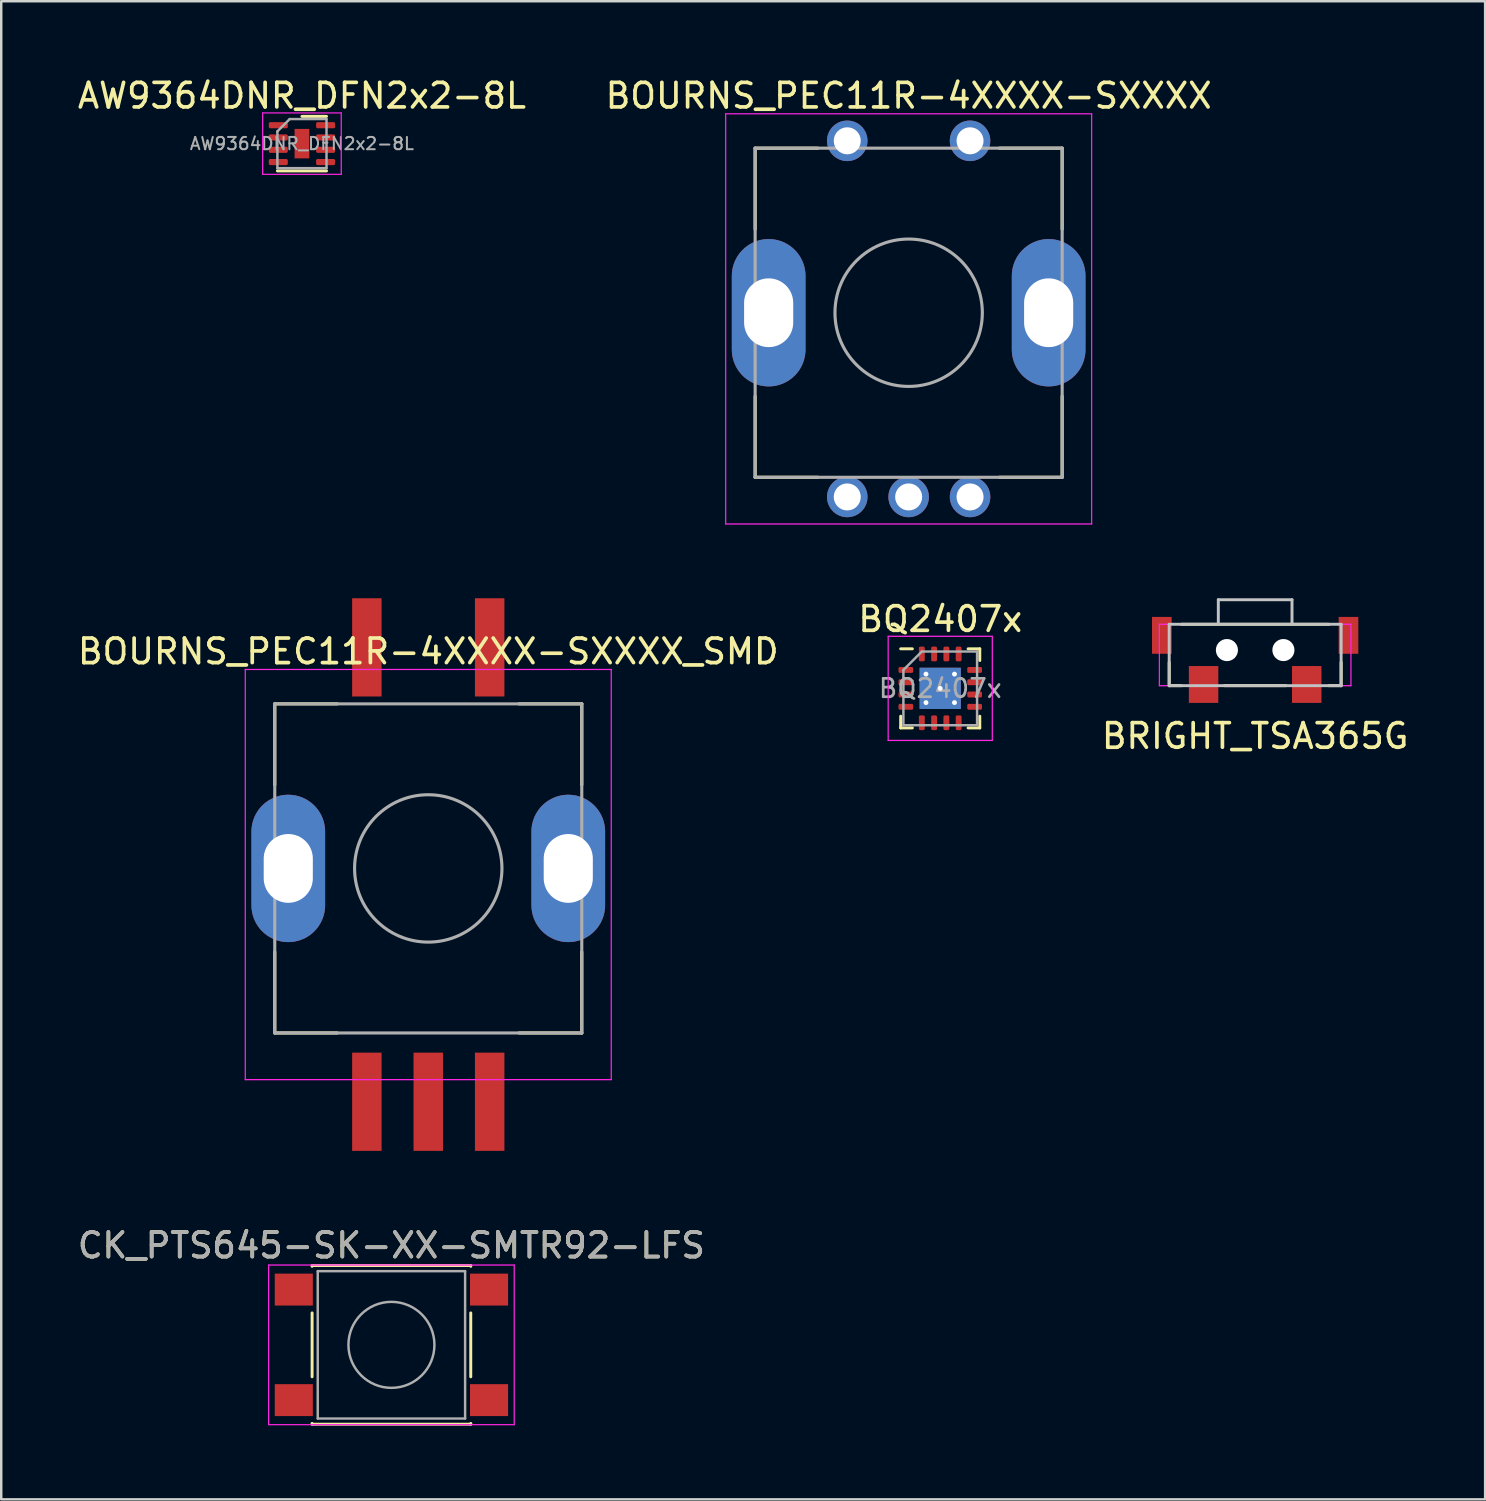
<source format=kicad_pcb>
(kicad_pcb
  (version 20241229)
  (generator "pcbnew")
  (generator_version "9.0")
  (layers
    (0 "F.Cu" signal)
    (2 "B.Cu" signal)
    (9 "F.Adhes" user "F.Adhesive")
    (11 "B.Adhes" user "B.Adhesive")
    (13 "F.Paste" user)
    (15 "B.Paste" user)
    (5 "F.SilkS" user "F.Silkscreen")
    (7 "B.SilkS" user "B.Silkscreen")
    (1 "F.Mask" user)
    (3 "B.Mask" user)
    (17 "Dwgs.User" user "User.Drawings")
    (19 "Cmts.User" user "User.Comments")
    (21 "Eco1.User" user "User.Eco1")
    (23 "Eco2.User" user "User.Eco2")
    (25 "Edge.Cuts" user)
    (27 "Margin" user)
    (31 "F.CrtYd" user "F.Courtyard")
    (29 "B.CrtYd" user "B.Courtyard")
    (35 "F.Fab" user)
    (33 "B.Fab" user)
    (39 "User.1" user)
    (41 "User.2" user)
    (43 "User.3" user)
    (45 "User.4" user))
  (footprint "CK_PTS645-SK-XX-SMTR92-LFS"
    (layer "F.Cu")
    (at 12.887 51.706)
    (property "Reference" "CK_PTS645-SK-XX-SMTR92-LFS" (at 0 -4.05 0) (layer "F.SilkS") (effects (font (size 1 1) (thickness 0.15))))
    (attr smd)
    (fp_line (start -3.23 -3.23) (end 3.23 -3.23) (stroke (width 0.12) (type solid)) (layer "F.SilkS"))
    (fp_line (start -3.23 -3.2) (end -3.23 -3.23) (stroke (width 0.12) (type solid)) (layer "F.SilkS"))
    (fp_line (start -3.23 -1.3) (end -3.23 1.3) (stroke (width 0.12) (type solid)) (layer "F.SilkS"))
    (fp_line (start -3.23 3.23) (end -3.23 3.2) (stroke (width 0.12) (type solid)) (layer "F.SilkS"))
    (fp_line (start -3.23 3.23) (end 3.23 3.23) (stroke (width 0.12) (type solid)) (layer "F.SilkS"))
    (fp_line (start 3.23 -3.23) (end 3.23 -3.2) (stroke (width 0.12) (type solid)) (layer "F.SilkS"))
    (fp_line (start 3.23 -1.3) (end 3.23 1.3) (stroke (width 0.12) (type solid)) (layer "F.SilkS"))
    (fp_line (start 3.23 3.23) (end 3.23 3.2) (stroke (width 0.12) (type solid)) (layer "F.SilkS"))
    (fp_line (start -5 -3.25) (end -5 3.25) (stroke (width 0.05) (type solid)) (layer "F.CrtYd"))
    (fp_line (start -5 -3.25) (end 5 -3.25) (stroke (width 0.05) (type solid)) (layer "F.CrtYd"))
    (fp_line (start -5 3.25) (end 5 3.25) (stroke (width 0.05) (type solid)) (layer "F.CrtYd"))
    (fp_line (start 5 3.25) (end 5 -3.25) (stroke (width 0.05) (type solid)) (layer "F.CrtYd"))
    (fp_line (start -3 -3) (end -3 3) (stroke (width 0.1) (type solid)) (layer "F.Fab"))
    (fp_line (start -3 3) (end 3 3) (stroke (width 0.1) (type solid)) (layer "F.Fab"))
    (fp_line (start 3 -3) (end -3 -3) (stroke (width 0.1) (type solid)) (layer "F.Fab"))
    (fp_line (start 3 3) (end 3 -3) (stroke (width 0.1) (type solid)) (layer "F.Fab"))
    (fp_circle (center 0 0) (end 1.75 -0.05) (stroke (width 0.1) (type solid)) (fill no) (layer "F.Fab"))
    (fp_text user "${REFERENCE}" (at 0 -4.05 0) (layer "F.Fab") (effects (font (size 1 1) (thickness 0.15))))
    (pad "1" smd rect (at -3.975 -2.25) (size 1.55 1.3) (layers "F.Cu" "F.Mask" "F.Paste"))
    (pad "1" smd rect (at 3.975 -2.25) (size 1.55 1.3) (layers "F.Cu" "F.Mask" "F.Paste"))
    (pad "2" smd rect (at -3.975 2.25) (size 1.55 1.3) (layers "F.Cu" "F.Mask" "F.Paste"))
    (pad "2" smd rect (at 3.975 2.25) (size 1.55 1.3) (layers "F.Cu" "F.Mask" "F.Paste")))
  (footprint "BQ2407x"
    (layer "F.Cu")
    (at 35.232 24.977)
    (property "Reference" "BQ2407x" (at 0 -2.82 0) (layer "F.SilkS") (effects (font (size 1 1) (thickness 0.15))))
    (attr smd)
    (fp_line (start -1.61 1.61) (end -1.61 1.135) (stroke (width 0.12) (type solid)) (layer "F.SilkS"))
    (fp_line (start -1.135 -1.61) (end -1.61 -1.61) (stroke (width 0.12) (type solid)) (layer "F.SilkS"))
    (fp_line (start -1.135 1.61) (end -1.61 1.61) (stroke (width 0.12) (type solid)) (layer "F.SilkS"))
    (fp_line (start 1.135 -1.61) (end 1.61 -1.61) (stroke (width 0.12) (type solid)) (layer "F.SilkS"))
    (fp_line (start 1.135 1.61) (end 1.61 1.61) (stroke (width 0.12) (type solid)) (layer "F.SilkS"))
    (fp_line (start 1.61 -1.61) (end 1.61 -1.135) (stroke (width 0.12) (type solid)) (layer "F.SilkS"))
    (fp_line (start 1.61 1.61) (end 1.61 1.135) (stroke (width 0.12) (type solid)) (layer "F.SilkS"))
    (fp_line (start -2.12 -2.12) (end -2.12 2.12) (stroke (width 0.05) (type solid)) (layer "F.CrtYd"))
    (fp_line (start -2.12 2.12) (end 2.12 2.12) (stroke (width 0.05) (type solid)) (layer "F.CrtYd"))
    (fp_line (start 2.12 -2.12) (end -2.12 -2.12) (stroke (width 0.05) (type solid)) (layer "F.CrtYd"))
    (fp_line (start 2.12 2.12) (end 2.12 -2.12) (stroke (width 0.05) (type solid)) (layer "F.CrtYd"))
    (fp_line (start -1.5 -0.75) (end -0.75 -1.5) (stroke (width 0.1) (type solid)) (layer "F.Fab"))
    (fp_line (start -1.5 1.5) (end -1.5 -0.75) (stroke (width 0.1) (type solid)) (layer "F.Fab"))
    (fp_line (start -0.75 -1.5) (end 1.5 -1.5) (stroke (width 0.1) (type solid)) (layer "F.Fab"))
    (fp_line (start 1.5 -1.5) (end 1.5 1.5) (stroke (width 0.1) (type solid)) (layer "F.Fab"))
    (fp_line (start 1.5 1.5) (end -1.5 1.5) (stroke (width 0.1) (type solid)) (layer "F.Fab"))
    (fp_text user "${REFERENCE}" (at 0 0 0) (layer "F.Fab") (effects (font (size 0.75 0.75) (thickness 0.11))))
    (pad "" smd roundrect (at -0.42 -0.42) (size 0.73 0.73) (layers "F.Paste") (roundrect_rratio 0.25))
    (pad "" smd roundrect (at -0.42 0.42) (size 0.73 0.73) (layers "F.Paste") (roundrect_rratio 0.25))
    (pad "" smd roundrect (at 0.42 -0.42) (size 0.73 0.73) (layers "F.Paste") (roundrect_rratio 0.25))
    (pad "" smd roundrect (at 0.42 0.42) (size 0.73 0.73) (layers "F.Paste") (roundrect_rratio 0.25))
    (pad "1" smd roundrect (at -1.4 -0.75) (size 0.6 0.24) (layers "F.Cu" "F.Mask" "F.Paste") (roundrect_rratio 0.25))
    (pad "2" smd roundrect (at -1.4 -0.25) (size 0.6 0.24) (layers "F.Cu" "F.Mask" "F.Paste") (roundrect_rratio 0.25))
    (pad "3" smd roundrect (at -1.4 0.25) (size 0.6 0.24) (layers "F.Cu" "F.Mask" "F.Paste") (roundrect_rratio 0.25))
    (pad "4" smd roundrect (at -1.4 0.75) (size 0.6 0.24) (layers "F.Cu" "F.Mask" "F.Paste") (roundrect_rratio 0.25))
    (pad "5" smd roundrect (at -0.75 1.4) (size 0.24 0.6) (layers "F.Cu" "F.Mask" "F.Paste") (roundrect_rratio 0.25))
    (pad "6" smd roundrect (at -0.25 1.4) (size 0.24 0.6) (layers "F.Cu" "F.Mask" "F.Paste") (roundrect_rratio 0.25))
    (pad "7" smd roundrect (at 0.25 1.4) (size 0.24 0.6) (layers "F.Cu" "F.Mask" "F.Paste") (roundrect_rratio 0.25))
    (pad "8" smd roundrect (at 0.75 1.4) (size 0.24 0.6) (layers "F.Cu" "F.Mask" "F.Paste") (roundrect_rratio 0.25))
    (pad "9" smd roundrect (at 1.4 0.75) (size 0.6 0.24) (layers "F.Cu" "F.Mask" "F.Paste") (roundrect_rratio 0.25))
    (pad "10" smd roundrect (at 1.4 0.25) (size 0.6 0.24) (layers "F.Cu" "F.Mask" "F.Paste") (roundrect_rratio 0.25))
    (pad "11" smd roundrect (at 1.4 -0.25) (size 0.6 0.24) (layers "F.Cu" "F.Mask" "F.Paste") (roundrect_rratio 0.25))
    (pad "12" smd roundrect (at 1.4 -0.75) (size 0.6 0.24) (layers "F.Cu" "F.Mask" "F.Paste") (roundrect_rratio 0.25))
    (pad "13" smd roundrect (at 0.75 -1.4) (size 0.24 0.6) (layers "F.Cu" "F.Mask" "F.Paste") (roundrect_rratio 0.25))
    (pad "14" smd roundrect (at 0.25 -1.4) (size 0.24 0.6) (layers "F.Cu" "F.Mask" "F.Paste") (roundrect_rratio 0.25))
    (pad "15" smd roundrect (at -0.25 -1.4) (size 0.24 0.6) (layers "F.Cu" "F.Mask" "F.Paste") (roundrect_rratio 0.25))
    (pad "16" smd roundrect (at -0.75 -1.4) (size 0.24 0.6) (layers "F.Cu" "F.Mask" "F.Paste") (roundrect_rratio 0.25))
    (pad "17" thru_hole circle (at -0.58 -0.58) (size 0.3 0.3) (drill 0.2) (layers "*.Cu"))
    (pad "17" thru_hole circle (at -0.58 0.58) (size 0.3 0.3) (drill 0.2) (layers "*.Cu"))
    (pad "17" thru_hole circle (at 0 0) (size 0.3 0.3) (drill 0.2) (layers "*.Cu"))
    (pad "17" smd rect (at 0 0) (size 1.68 1.68) (layers "F.Cu" "F.Mask"))
    (pad "17" smd rect (at 0 0) (size 1.68 1.68) (layers "B.Cu"))
    (pad "17" thru_hole circle (at 0.58 -0.58) (size 0.3 0.3) (drill 0.2) (layers "*.Cu"))
    (pad "17" thru_hole circle (at 0.58 0.58) (size 0.3 0.3) (drill 0.2) (layers "*.Cu")))
  (footprint "BOURNS_PEC11R-4XXXX-SXXXX_SMD"
    (layer "F.Cu")
    (at 14.387 32.308)
    (property "Reference" "BOURNS_PEC11R-4XXXX-SXXXX_SMD" (at 0 -8.835 0) (layer "F.SilkS") (effects (font (size 1 1) (thickness 0.15))))
    (attr through_hole)
    (fp_line (start -6.25 -6.7) (end -3.7 -6.7) (stroke (width 0.127) (type solid)) (layer "F.SilkS"))
    (fp_line (start -6.25 -3.4) (end -6.25 -6.7) (stroke (width 0.127) (type solid)) (layer "F.SilkS"))
    (fp_line (start -6.25 3.4) (end -6.25 6.7) (stroke (width 0.127) (type solid)) (layer "F.SilkS"))
    (fp_line (start -6.25 6.7) (end -3.7 6.7) (stroke (width 0.127) (type solid)) (layer "F.SilkS"))
    (fp_line (start 3.7 -6.7) (end 6.25 -6.7) (stroke (width 0.127) (type solid)) (layer "F.SilkS"))
    (fp_line (start 3.7 6.7) (end 6.25 6.7) (stroke (width 0.127) (type solid)) (layer "F.SilkS"))
    (fp_line (start 6.25 -6.7) (end 6.25 -3.4) (stroke (width 0.127) (type solid)) (layer "F.SilkS"))
    (fp_line (start 6.25 6.7) (end 6.25 3.4) (stroke (width 0.127) (type solid)) (layer "F.SilkS"))
    (fp_line (start -7.45 -8.1) (end -7.45 8.6) (stroke (width 0.05) (type solid)) (layer "F.CrtYd"))
    (fp_line (start -7.45 8.6) (end 7.45 8.6) (stroke (width 0.05) (type solid)) (layer "F.CrtYd"))
    (fp_line (start 7.45 -8.1) (end -7.45 -8.1) (stroke (width 0.05) (type solid)) (layer "F.CrtYd"))
    (fp_line (start 7.45 8.6) (end 7.45 -8.1) (stroke (width 0.05) (type solid)) (layer "F.CrtYd"))
    (fp_line (start -6.25 -6.7) (end 6.25 -6.7) (stroke (width 0.127) (type solid)) (layer "F.Fab"))
    (fp_line (start -6.25 6.7) (end -6.25 -6.7) (stroke (width 0.127) (type solid)) (layer "F.Fab"))
    (fp_line (start 6.25 -6.7) (end 6.25 6.7) (stroke (width 0.127) (type solid)) (layer "F.Fab"))
    (fp_line (start 6.25 6.7) (end -6.25 6.7) (stroke (width 0.127) (type solid)) (layer "F.Fab"))
    (fp_circle (center 0 0) (end 3 0) (stroke (width 0.127) (type solid)) (fill no) (layer "F.Fab"))
    (pad "" thru_hole oval (at -5.7 0) (size 3 6) (drill oval 2 2.8) (layers "*.Cu" "*.Mask"))
    (pad "" thru_hole oval (at 5.7 0) (size 3 6) (drill oval 2 2.8) (layers "*.Cu" "*.Mask"))
    (pad "A" smd rect (at -2.5 9.5) (size 1.2 4) (layers "F.Cu" "F.Mask" "F.Paste"))
    (pad "B" smd rect (at 2.5 9.5) (size 1.2 4) (layers "F.Cu" "F.Mask" "F.Paste"))
    (pad "C" smd rect (at 0 9.5) (size 1.2 4) (layers "F.Cu" "F.Mask" "F.Paste"))
    (pad "S1" smd rect (at -2.5 -9) (size 1.2 4) (layers "F.Cu" "F.Mask" "F.Paste"))
    (pad "S2" smd rect (at 2.5 -9) (size 1.2 4) (layers "F.Cu" "F.Mask" "F.Paste")))
  (footprint "AW9364DNR_DFN2x2-8L"
    (layer "F.Cu")
    (at 9.244 2.798)
    (property "Reference" "AW9364DNR_DFN2x2-8L" (at 0 -1.95 0) (layer "F.SilkS") (effects (font (size 1 1) (thickness 0.15))))
    (attr smd)
    (fp_line (start -1 1.11) (end 1 1.11) (stroke (width 0.12) (type solid)) (layer "F.SilkS"))
    (fp_line (start 0 -1.11) (end 1 -1.11) (stroke (width 0.12) (type solid)) (layer "F.SilkS"))
    (fp_line (start -1.6 -1.25) (end -1.6 1.25) (stroke (width 0.05) (type solid)) (layer "F.CrtYd"))
    (fp_line (start -1.6 1.25) (end 1.6 1.25) (stroke (width 0.05) (type solid)) (layer "F.CrtYd"))
    (fp_line (start 1.6 -1.25) (end -1.6 -1.25) (stroke (width 0.05) (type solid)) (layer "F.CrtYd"))
    (fp_line (start 1.6 1.25) (end 1.6 -1.25) (stroke (width 0.05) (type solid)) (layer "F.CrtYd"))
    (fp_line (start -1 -0.5) (end -0.5 -1) (stroke (width 0.1) (type solid)) (layer "F.Fab"))
    (fp_line (start -1 1) (end -1 -0.5) (stroke (width 0.1) (type solid)) (layer "F.Fab"))
    (fp_line (start -0.5 -1) (end 1 -1) (stroke (width 0.1) (type solid)) (layer "F.Fab"))
    (fp_line (start 1 -1) (end 1 1) (stroke (width 0.1) (type solid)) (layer "F.Fab"))
    (fp_line (start 1 1) (end -1 1) (stroke (width 0.1) (type solid)) (layer "F.Fab"))
    (fp_text user "${REFERENCE}" (at 0 0 0) (layer "F.Fab") (effects (font (size 0.5 0.5) (thickness 0.08))))
    (pad "" smd roundrect (at -0.15 -0.325) (size 0.23 0.47) (layers "F.Paste") (roundrect_rratio 0.25))
    (pad "" smd roundrect (at -0.15 0.325) (size 0.23 0.47) (layers "F.Paste") (roundrect_rratio 0.25))
    (pad "" smd roundrect (at 0.15 -0.325) (size 0.23 0.47) (layers "F.Paste") (roundrect_rratio 0.25))
    (pad "" smd roundrect (at 0.15 0.325) (size 0.23 0.47) (layers "F.Paste") (roundrect_rratio 0.25))
    (pad "1" smd roundrect (at -0.963 -0.75) (size 0.775 0.25) (layers "F.Cu" "F.Mask" "F.Paste") (roundrect_rratio 0.25))
    (pad "2" smd roundrect (at -0.963 -0.25) (size 0.775 0.25) (layers "F.Cu" "F.Mask" "F.Paste") (roundrect_rratio 0.25))
    (pad "3" smd roundrect (at -0.963 0.25) (size 0.775 0.25) (layers "F.Cu" "F.Mask" "F.Paste") (roundrect_rratio 0.25))
    (pad "4" smd roundrect (at -0.963 0.75) (size 0.775 0.25) (layers "F.Cu" "F.Mask" "F.Paste") (roundrect_rratio 0.25))
    (pad "5" smd roundrect (at 0.963 0.75) (size 0.775 0.25) (layers "F.Cu" "F.Mask" "F.Paste") (roundrect_rratio 0.25))
    (pad "6" smd roundrect (at 0.963 0.25) (size 0.775 0.25) (layers "F.Cu" "F.Mask" "F.Paste") (roundrect_rratio 0.25))
    (pad "7" smd roundrect (at 0.963 -0.25) (size 0.775 0.25) (layers "F.Cu" "F.Mask" "F.Paste") (roundrect_rratio 0.25))
    (pad "8" smd roundrect (at 0.963 -0.75) (size 0.775 0.25) (layers "F.Cu" "F.Mask" "F.Paste") (roundrect_rratio 0.25))
    (pad "9" smd rect (at 0 0) (size 0.6 1.2) (layers "F.Cu" "F.Mask")))
  (footprint "BOURNS_PEC11R-4XXXX-SXXXX"
    (layer "F.Cu")
    (at 33.946 9.683)
    (property "Reference" "BOURNS_PEC11R-4XXXX-SXXXX" (at 0 -8.835 0) (layer "F.SilkS") (effects (font (size 1 1) (thickness 0.15))))
    (attr through_hole)
    (fp_line (start -6.25 -6.7) (end -3.7 -6.7) (stroke (width 0.127) (type solid)) (layer "F.SilkS"))
    (fp_line (start -6.25 -3.4) (end -6.25 -6.7) (stroke (width 0.127) (type solid)) (layer "F.SilkS"))
    (fp_line (start -6.25 3.4) (end -6.25 6.7) (stroke (width 0.127) (type solid)) (layer "F.SilkS"))
    (fp_line (start -6.25 6.7) (end -3.7 6.7) (stroke (width 0.127) (type solid)) (layer "F.SilkS"))
    (fp_line (start 3.7 -6.7) (end 6.25 -6.7) (stroke (width 0.127) (type solid)) (layer "F.SilkS"))
    (fp_line (start 3.7 6.7) (end 6.25 6.7) (stroke (width 0.127) (type solid)) (layer "F.SilkS"))
    (fp_line (start 6.25 -6.7) (end 6.25 -3.4) (stroke (width 0.127) (type solid)) (layer "F.SilkS"))
    (fp_line (start 6.25 6.7) (end 6.25 3.4) (stroke (width 0.127) (type solid)) (layer "F.SilkS"))
    (fp_line (start -7.45 -8.1) (end -7.45 8.6) (stroke (width 0.05) (type solid)) (layer "F.CrtYd"))
    (fp_line (start -7.45 8.6) (end 7.45 8.6) (stroke (width 0.05) (type solid)) (layer "F.CrtYd"))
    (fp_line (start 7.45 -8.1) (end -7.45 -8.1) (stroke (width 0.05) (type solid)) (layer "F.CrtYd"))
    (fp_line (start 7.45 8.6) (end 7.45 -8.1) (stroke (width 0.05) (type solid)) (layer "F.CrtYd"))
    (fp_line (start -6.25 -6.7) (end 6.25 -6.7) (stroke (width 0.127) (type solid)) (layer "F.Fab"))
    (fp_line (start -6.25 6.7) (end -6.25 -6.7) (stroke (width 0.127) (type solid)) (layer "F.Fab"))
    (fp_line (start 6.25 -6.7) (end 6.25 6.7) (stroke (width 0.127) (type solid)) (layer "F.Fab"))
    (fp_line (start 6.25 6.7) (end -6.25 6.7) (stroke (width 0.127) (type solid)) (layer "F.Fab"))
    (fp_circle (center 0 0) (end 3 0) (stroke (width 0.127) (type solid)) (fill no) (layer "F.Fab"))
    (pad "" thru_hole oval (at -5.7 0) (size 3 6) (drill oval 2 2.8) (layers "*.Cu" "*.Mask"))
    (pad "" thru_hole oval (at 5.7 0) (size 3 6) (drill oval 2 2.8) (layers "*.Cu" "*.Mask"))
    (pad "A" thru_hole circle (at -2.5 7.5) (size 1.65 1.65) (drill 1.1) (layers "*.Cu" "*.Mask"))
    (pad "B" thru_hole circle (at 2.5 7.5) (size 1.65 1.65) (drill 1.1) (layers "*.Cu" "*.Mask"))
    (pad "C" thru_hole circle (at 0 7.5) (size 1.65 1.65) (drill 1.1) (layers "*.Cu" "*.Mask"))
    (pad "S1" thru_hole circle (at -2.5 -7) (size 1.65 1.65) (drill 1.1) (layers "*.Cu" "*.Mask"))
    (pad "S2" thru_hole circle (at 2.5 -7) (size 1.65 1.65) (drill 1.1) (layers "*.Cu" "*.Mask")))
  (footprint "BRIGHT_TSA365G"
    (layer "F.Cu")
    (at 48.054 23.418)
    (property "Reference" "BRIGHT_TSA365G" (at 0 3.5 0) (layer "F.SilkS") (effects (font (size 1 1) (thickness 0.15))))
    (attr through_hole)
    (fp_line (start -3.5 0.5) (end -3.5 1.45) (stroke (width 0.12) (type solid)) (layer "F.SilkS"))
    (fp_line (start -3.5 1.45) (end -3 1.45) (stroke (width 0.12) (type solid)) (layer "F.SilkS"))
    (fp_line (start -3 -1.05) (end 3 -1.05) (stroke (width 0.12) (type solid)) (layer "F.SilkS"))
    (fp_line (start -1.25 1.45) (end 1.25 1.45) (stroke (width 0.12) (type solid)) (layer "F.SilkS"))
    (fp_line (start 3.5 0.5) (end 3.5 1.45) (stroke (width 0.12) (type solid)) (layer "F.SilkS"))
    (fp_line (start 3.5 1.45) (end 3 1.45) (stroke (width 0.12) (type solid)) (layer "F.SilkS"))
    (fp_line (start -3.5 -1.05) (end -3.5 1.45) (stroke (width 0.12) (type solid)) (layer "Dwgs.User"))
    (fp_line (start -3.5 1.45) (end 3.5 1.45) (stroke (width 0.12) (type solid)) (layer "Dwgs.User"))
    (fp_line (start -1.5 -2.05) (end -1.5 -1.05) (stroke (width 0.12) (type solid)) (layer "Dwgs.User"))
    (fp_line (start -1.5 -2.05) (end 1.5 -2.05) (stroke (width 0.12) (type solid)) (layer "Dwgs.User"))
    (fp_line (start 1.5 -2.05) (end 1.5 -1.05) (stroke (width 0.12) (type solid)) (layer "Dwgs.User"))
    (fp_line (start 3.5 -1.05) (end -3.5 -1.05) (stroke (width 0.12) (type solid)) (layer "Dwgs.User"))
    (fp_line (start 3.5 1.45) (end 3.5 -1.05) (stroke (width 0.12) (type solid)) (layer "Dwgs.User"))
    (fp_line (start -3.9 -1.05) (end -3.9 1.45) (stroke (width 0.05) (type solid)) (layer "F.CrtYd"))
    (fp_line (start -3.9 1.45) (end 3.9 1.45) (stroke (width 0.05) (type solid)) (layer "F.CrtYd"))
    (fp_line (start 3.9 -1.05) (end -3.9 -1.05) (stroke (width 0.05) (type solid)) (layer "F.CrtYd"))
    (fp_line (start 3.9 1.45) (end 3.9 -1.05) (stroke (width 0.05) (type solid)) (layer "F.CrtYd"))
    (pad "" smd rect (at -3.8 -0.6) (size 0.8 1.5) (layers "F.Cu" "F.Mask" "F.Paste"))
    (pad "" np_thru_hole circle (at -1.15 0) (size 0.9 0.9) (drill 0.9) (layers "*.Cu" "*.Mask"))
    (pad "" np_thru_hole circle (at 1.15 0) (size 0.9 0.9) (drill 0.9) (layers "*.Cu" "*.Mask"))
    (pad "" smd rect (at 3.8 -0.6) (size 0.8 1.5) (layers "F.Cu" "F.Mask" "F.Paste"))
    (pad "1" smd rect (at -2.1 1.4) (size 1.2 1.5) (layers "F.Cu" "F.Mask" "F.Paste"))
    (pad "2" smd rect (at 2.1 1.4) (size 1.2 1.5) (layers "F.Cu" "F.Mask" "F.Paste")))
  (gr_rect
    (start -3 -3)
    (end 57.417 57.996)
    (stroke (width 0.1) (type default))
    (fill no)
    (layer "Edge.Cuts")))
</source>
